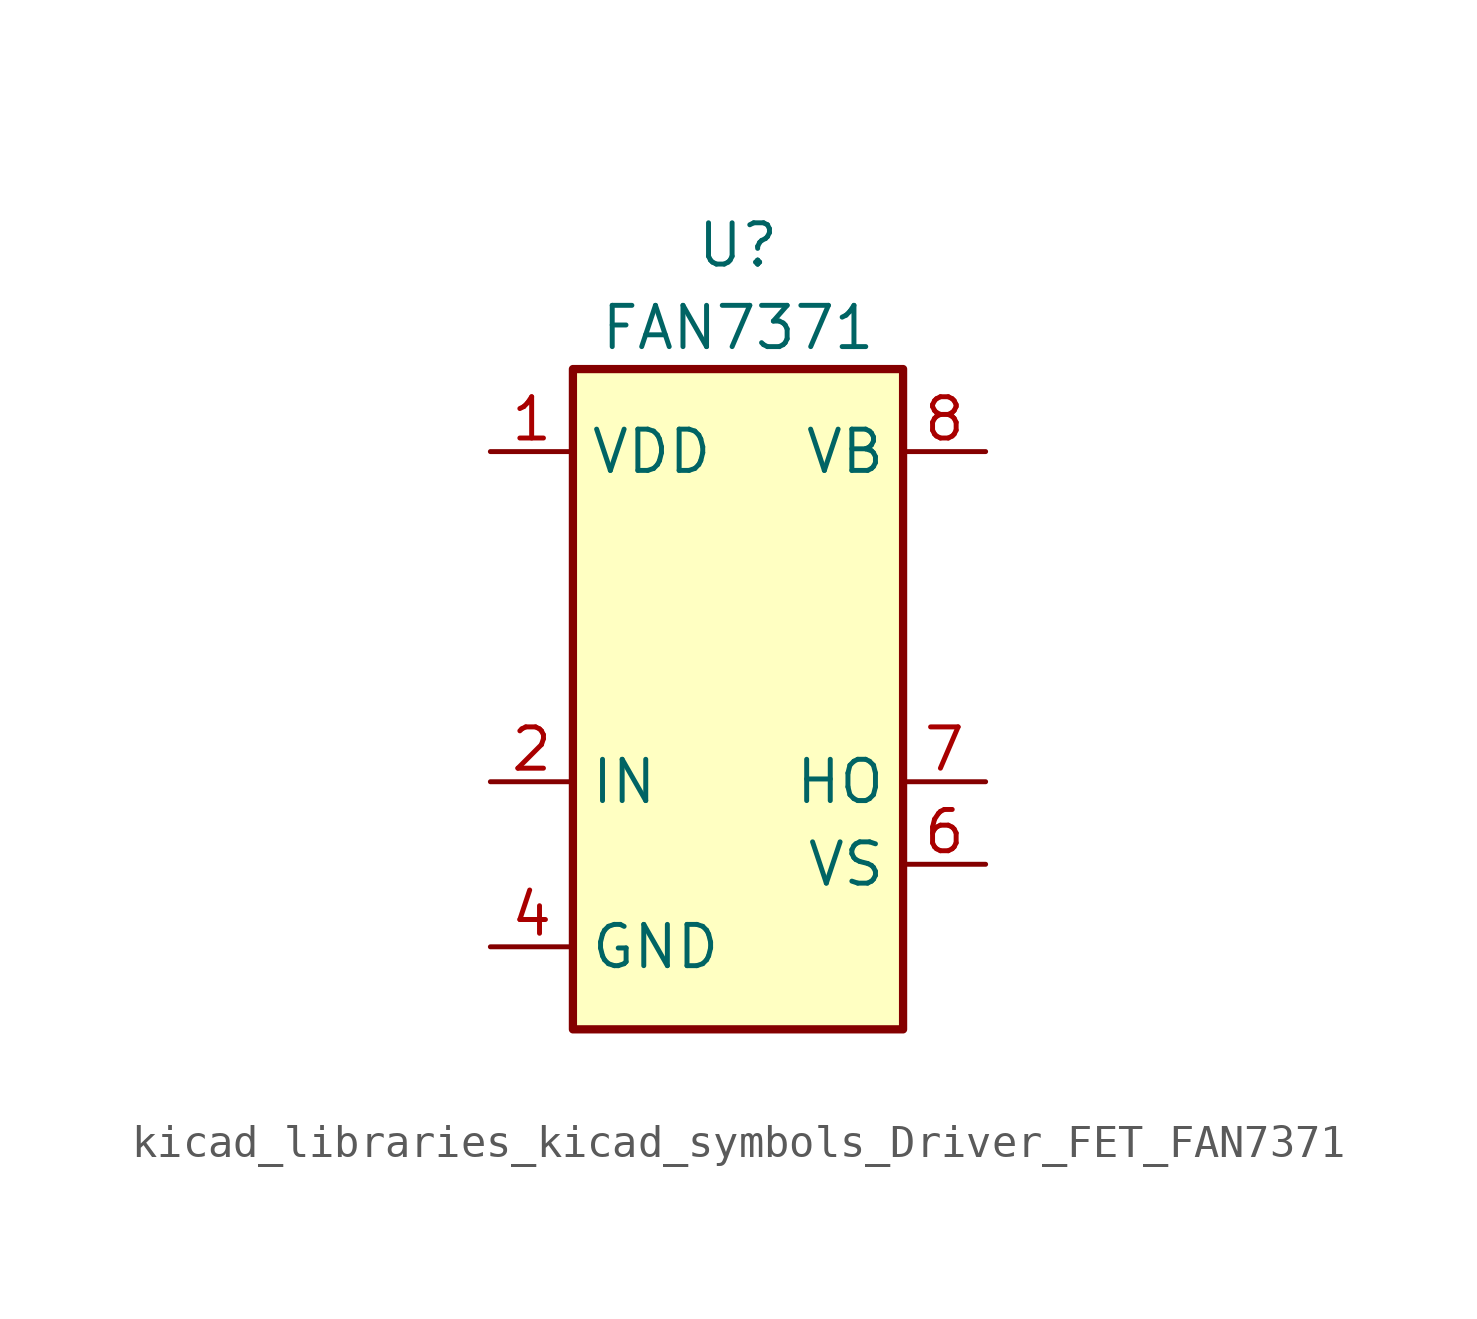
<source format=kicad_sym>
(kicad_symbol_lib
  (version 20220914)
  (generator kicad_symbol_editor)
  (symbol "kicad_libraries_kicad_symbols_Driver_FET_FAN7371"
    (property "Reference" "U"
      (at 0 13.97 0)
      (effects (font (size 1.27 1.27))))
    (property "Value" "FAN7371"
      (at 0 11.43 0)
      (effects (font (size 1.27 1.27))))
    (symbol "kicad_libraries_kicad_symbols_Driver_FET_FAN7371_0_1"
      (rectangle (start -5.08 10.16) (end 5.08 -10.16) (stroke (width 0.254) (type default)) (fill (type background))))
    (symbol "kicad_libraries_kicad_symbols_Driver_FET_FAN7371_1_1"
      (pin power_in line (at -7.62 7.62 0) (length 2.54) (name "VDD" (effects (font (size 1.27 1.27)))) (number "1" (effects (font (size 1.27 1.27)))))
      (pin input line (at -7.62 -2.54 0) (length 2.54) (name "IN" (effects (font (size 1.27 1.27)))) (number "2" (effects (font (size 1.27 1.27)))))
      (pin no_connect line (at -5.08 -5.08 0) (length 2.54) hide (name "NC" (effects (font (size 1.27 1.27)))) (number "3" (effects (font (size 1.27 1.27)))))
      (pin power_in line (at -7.62 -7.62 0) (length 2.54) (name "GND" (effects (font (size 1.27 1.27)))) (number "4" (effects (font (size 1.27 1.27)))))
      (pin no_connect line (at 5.08 -7.62 180) (length 2.54) hide (name "NC" (effects (font (size 1.27 1.27)))) (number "5" (effects (font (size 1.27 1.27)))))
      (pin passive line (at 7.62 -5.08 180) (length 2.54) (name "VS" (effects (font (size 1.27 1.27)))) (number "6" (effects (font (size 1.27 1.27)))))
      (pin output line (at 7.62 -2.54 180) (length 2.54) (name "HO" (effects (font (size 1.27 1.27)))) (number "7" (effects (font (size 1.27 1.27)))))
      (pin passive line (at 7.62 7.62 180) (length 2.54) (name "VB" (effects (font (size 1.27 1.27)))) (number "8" (effects (font (size 1.27 1.27))))))))
</source>
